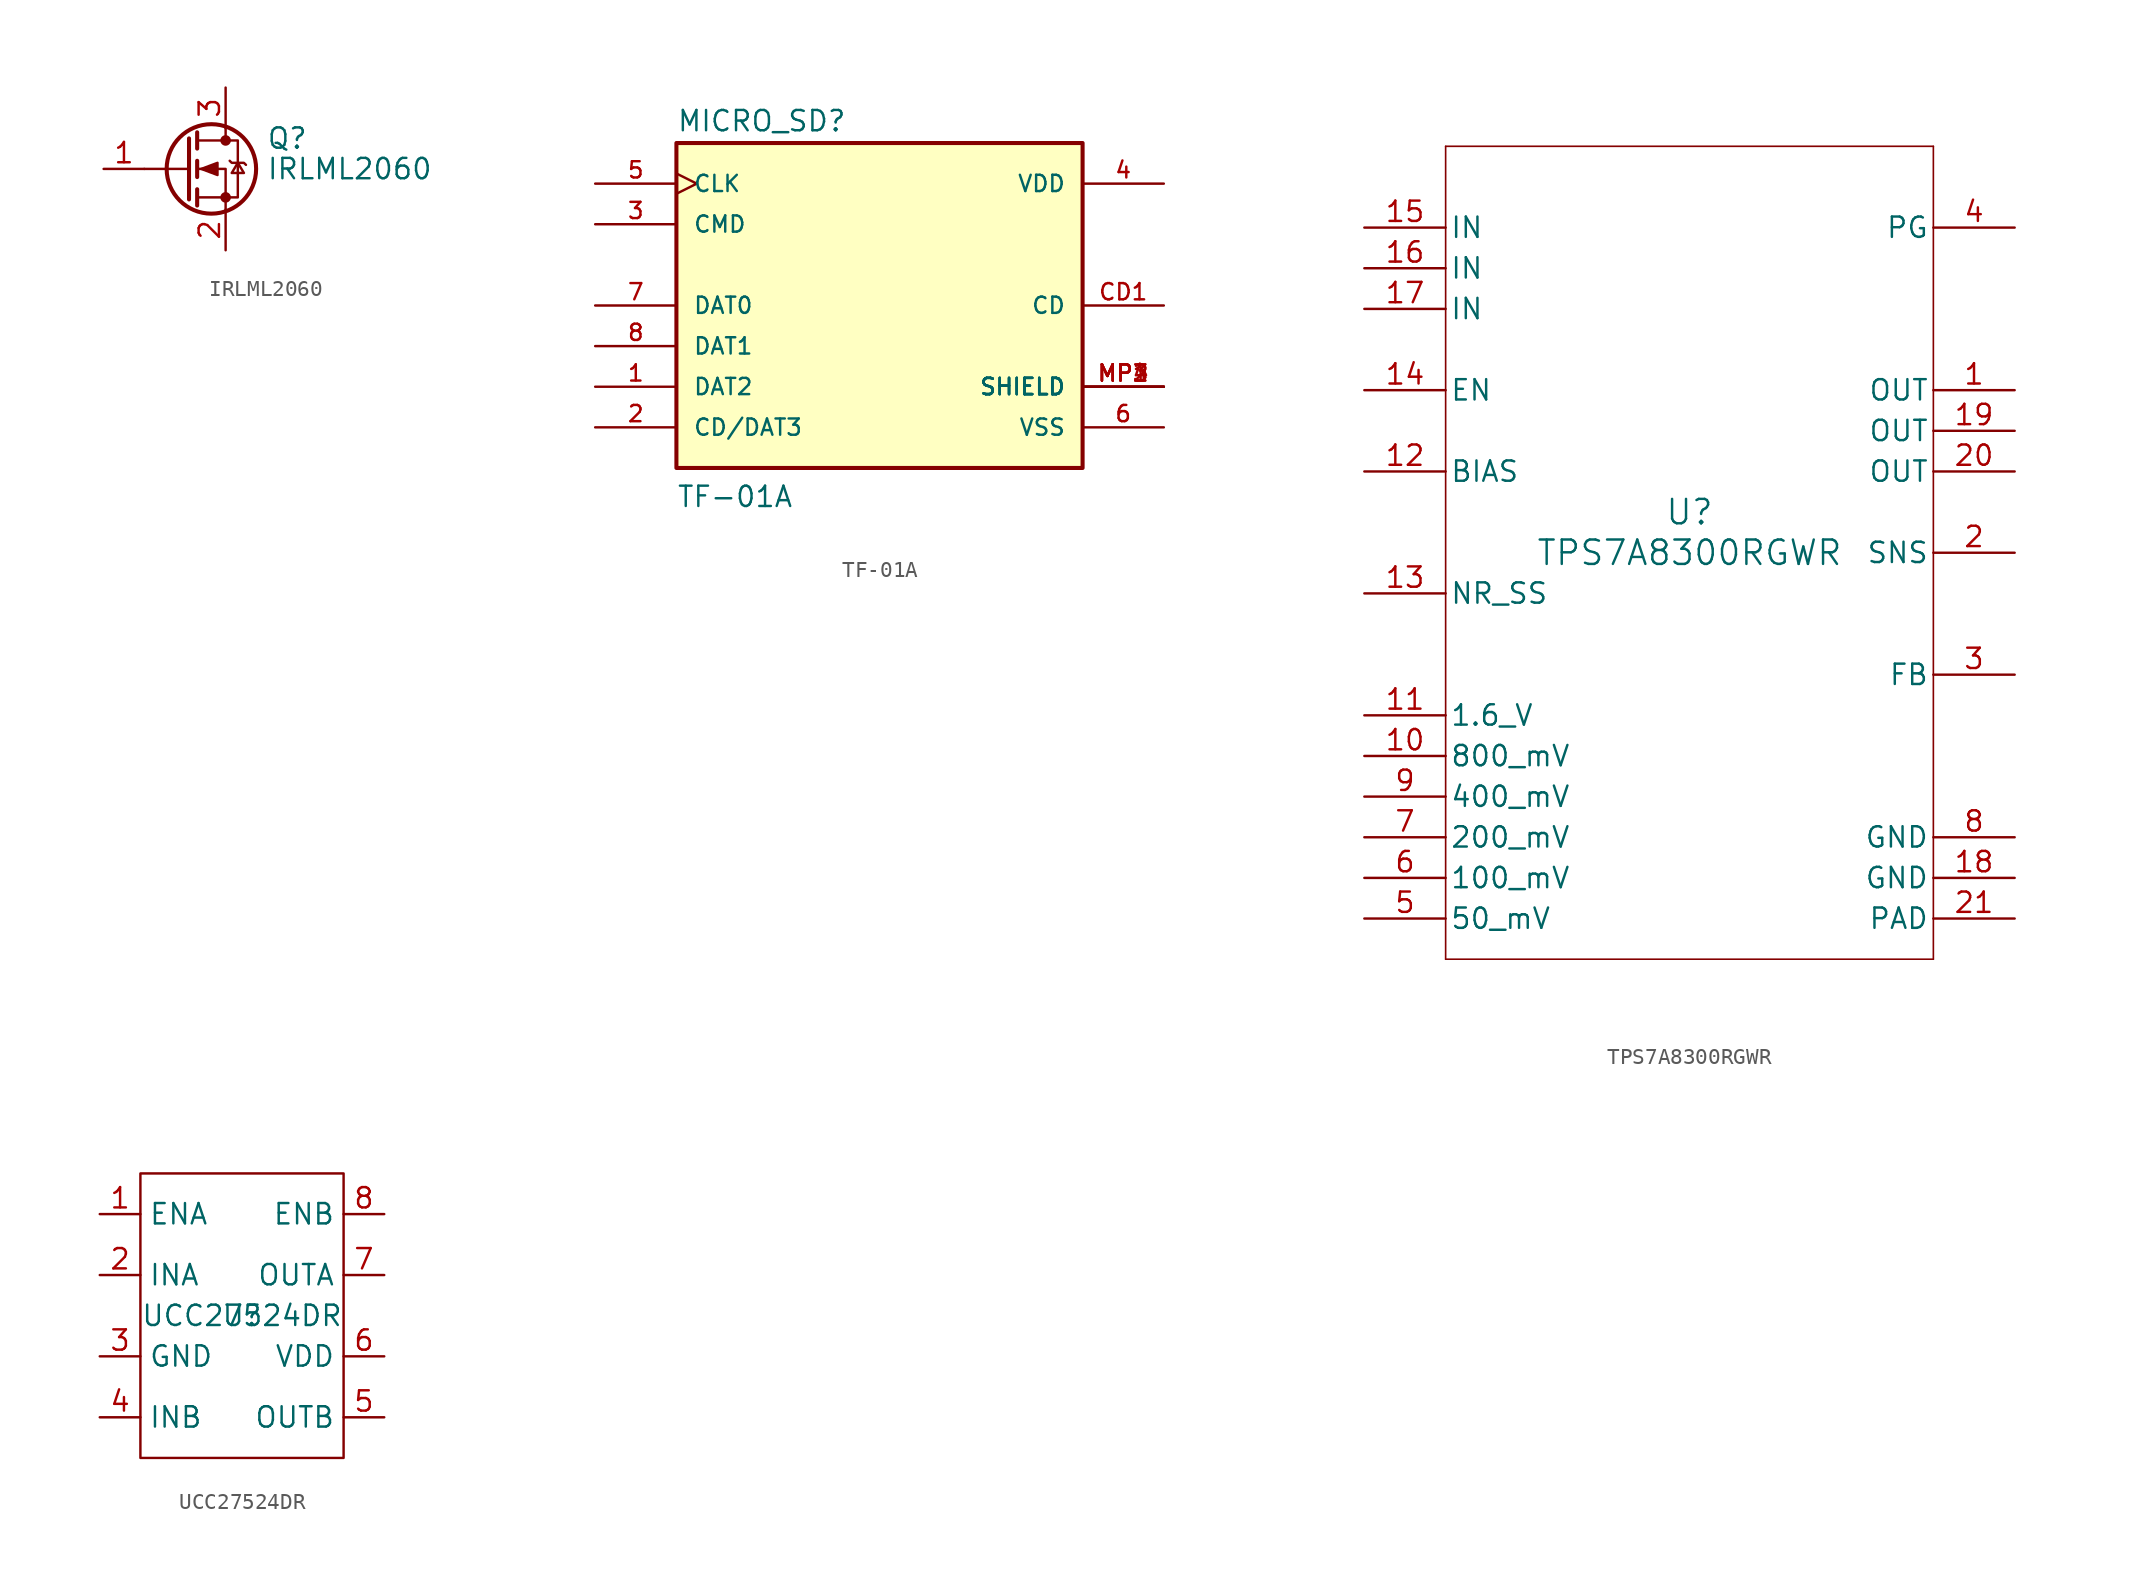
<source format=kicad_sym>
(kicad_symbol_lib
  (version 20231120)
  (generator "kicad_symbol_editor")
  (generator_version "8.0")
  (symbol "IRLML2060"
    (pin_names hide)
    (property "Reference" "Q"
      (at 5.08 1.905 0)
      (effects (font (size 1.27 1.27)) (justify left)))
    (property "Value" "IRLML2060"
      (at 5.08 0 0)
      (effects (font (size 1.27 1.27)) (justify left)))
    (symbol "IRLML2060_0_1"
      (polyline (pts (xy 0.254 0) (xy -2.54 0)) (stroke (width 0) (type default)) (fill (type none)))
      (polyline (pts (xy 0.254 1.905) (xy 0.254 -1.905)) (stroke (width 0.254) (type default)) (fill (type none)))
      (polyline (pts (xy 0.762 -1.27) (xy 0.762 -2.286)) (stroke (width 0.254) (type default)) (fill (type none)))
      (polyline (pts (xy 0.762 0.508) (xy 0.762 -0.508)) (stroke (width 0.254) (type default)) (fill (type none)))
      (polyline (pts (xy 0.762 2.286) (xy 0.762 1.27)) (stroke (width 0.254) (type default)) (fill (type none)))
      (polyline (pts (xy 2.54 2.54) (xy 2.54 1.778)) (stroke (width 0) (type default)) (fill (type none)))
      (polyline (pts (xy 2.54 -2.54) (xy 2.54 0) (xy 0.762 0)) (stroke (width 0) (type default)) (fill (type none)))
      (polyline (pts (xy 0.762 -1.778) (xy 3.302 -1.778) (xy 3.302 1.778) (xy 0.762 1.778)) (stroke (width 0) (type default)) (fill (type none)))
      (polyline (pts (xy 1.016 0) (xy 2.032 0.381) (xy 2.032 -0.381) (xy 1.016 0)) (stroke (width 0) (type default)) (fill (type outline)))
      (polyline (pts (xy 2.794 0.508) (xy 2.921 0.381) (xy 3.683 0.381) (xy 3.81 0.254)) (stroke (width 0) (type default)) (fill (type none)))
      (polyline (pts (xy 3.302 0.381) (xy 2.921 -0.254) (xy 3.683 -0.254) (xy 3.302 0.381)) (stroke (width 0) (type default)) (fill (type none)))
      (circle (center 1.651 0) (radius 2.794) (stroke (width 0.254) (type default)) (fill (type none)))
      (circle (center 2.54 -1.778) (radius 0.254) (stroke (width 0) (type default)) (fill (type outline)))
      (circle (center 2.54 1.778) (radius 0.254) (stroke (width 0) (type default)) (fill (type outline))))
    (symbol "IRLML2060_1_1"
      (pin input line (at -5.08 0 0) (length 2.54) (name "G" (effects (font (size 1.27 1.27)))) (number "1" (effects (font (size 1.27 1.27)))))
      (pin passive line (at 2.54 -5.08 90) (length 2.54) (name "S" (effects (font (size 1.27 1.27)))) (number "2" (effects (font (size 1.27 1.27)))))
      (pin passive line (at 2.54 5.08 270) (length 2.54) (name "D" (effects (font (size 1.27 1.27)))) (number "3" (effects (font (size 1.27 1.27)))))))
  (symbol "TF-01A"
    (pin_names
      (offset 1.016))
    (property "Reference" "MICRO_SD"
      (at -12.7 10.795 0)
      (effects (font (size 1.27 1.27)) (justify left bottom)))
    (property "Value" "TF-01A"
      (at -12.7 -12.7 0)
      (effects (font (size 1.27 1.27)) (justify left bottom)))
    (symbol "TF-01A_0_0"
      (rectangle (start -12.7 -10.16) (end 12.7 10.16) (stroke (width 0.254) (type default)) (fill (type background)))
      (pin bidirectional line (at -17.78 -5.08 0) (length 5.08) (name "DAT2" (effects (font (size 1.016 1.016)))) (number "1" (effects (font (size 1.016 1.016)))))
      (pin bidirectional line (at -17.78 -7.62 0) (length 5.08) (name "CD/DAT3" (effects (font (size 1.016 1.016)))) (number "2" (effects (font (size 1.016 1.016)))))
      (pin bidirectional line (at -17.78 5.08 0) (length 5.08) (name "CMD" (effects (font (size 1.016 1.016)))) (number "3" (effects (font (size 1.016 1.016)))))
      (pin power_in line (at 17.78 7.62 180) (length 5.08) (name "VDD" (effects (font (size 1.016 1.016)))) (number "4" (effects (font (size 1.016 1.016)))))
      (pin bidirectional clock (at -17.78 7.62 0) (length 5.08) (name "CLK" (effects (font (size 1.016 1.016)))) (number "5" (effects (font (size 1.016 1.016)))))
      (pin power_in line (at 17.78 -7.62 180) (length 5.08) (name "VSS" (effects (font (size 1.016 1.016)))) (number "6" (effects (font (size 1.016 1.016)))))
      (pin bidirectional line (at -17.78 0 0) (length 5.08) (name "DAT0" (effects (font (size 1.016 1.016)))) (number "7" (effects (font (size 1.016 1.016)))))
      (pin bidirectional line (at -17.78 -2.54 0) (length 5.08) (name "DAT1" (effects (font (size 1.016 1.016)))) (number "8" (effects (font (size 1.016 1.016)))))
      (pin passive line (at 17.78 0 180) (length 5.08) (name "CD" (effects (font (size 1.016 1.016)))) (number "CD1" (effects (font (size 1.016 1.016)))))
      (pin power_in line (at 17.78 -5.08 180) (length 5.08) (name "SHIELD" (effects (font (size 1.016 1.016)))) (number "MP1" (effects (font (size 1.016 1.016)))))
      (pin power_in line (at 17.78 -5.08 180) (length 5.08) (name "SHIELD" (effects (font (size 1.016 1.016)))) (number "MP2" (effects (font (size 1.016 1.016)))))
      (pin power_in line (at 17.78 -5.08 180) (length 5.08) (name "SHIELD" (effects (font (size 1.016 1.016)))) (number "MP3" (effects (font (size 1.016 1.016)))))
      (pin power_in line (at 17.78 -5.08 180) (length 5.08) (name "SHIELD" (effects (font (size 1.016 1.016)))) (number "MP4" (effects (font (size 1.016 1.016)))))))
  (symbol "TPS7A8300RGWR"
    (pin_names
      (offset 0.254))
    (property "Reference" "U"
      (at 0 2.54 0)
      (effects (font (size 1.524 1.524))))
    (property "Value" "TPS7A8300RGWR"
      (at 0 0 0)
      (effects (font (size 1.524 1.524))))
    (property "ki_locked" ""
      (at 0 0 0)
      (effects (font (size 1.27 1.27))))
    (symbol "TPS7A8300RGWR_0_1"
      (polyline (pts (xy -15.24 -25.4) (xy 15.24 -25.4)) (stroke (width 0.102) (type default)) (fill (type none)))
      (polyline (pts (xy -15.24 25.4) (xy -15.24 -25.4)) (stroke (width 0.102) (type default)) (fill (type none)))
      (polyline (pts (xy 15.24 -25.4) (xy 15.24 25.4)) (stroke (width 0.102) (type default)) (fill (type none)))
      (polyline (pts (xy 15.24 25.4) (xy -15.24 25.4)) (stroke (width 0.102) (type default)) (fill (type none)))
      (pin power_in line (at 20.32 10.16 180) (length 5.08) (name "OUT" (effects (font (size 1.27 1.27)))) (number "1" (effects (font (size 1.27 1.27)))))
      (pin input line (at -20.32 -12.7 0) (length 5.08) (name "800_mV" (effects (font (size 1.27 1.27)))) (number "10" (effects (font (size 1.27 1.27)))))
      (pin input line (at -20.32 -10.16 0) (length 5.08) (name "1.6_V" (effects (font (size 1.27 1.27)))) (number "11" (effects (font (size 1.27 1.27)))))
      (pin power_in line (at -20.32 5.08 0) (length 5.08) (name "BIAS" (effects (font (size 1.27 1.27)))) (number "12" (effects (font (size 1.27 1.27)))))
      (pin input line (at -20.32 -2.54 0) (length 5.08) (name "NR_SS" (effects (font (size 1.27 1.27)))) (number "13" (effects (font (size 1.27 1.27)))))
      (pin input line (at -20.32 10.16 0) (length 5.08) (name "EN" (effects (font (size 1.27 1.27)))) (number "14" (effects (font (size 1.27 1.27)))))
      (pin power_in line (at -20.32 20.32 0) (length 5.08) (name "IN" (effects (font (size 1.27 1.27)))) (number "15" (effects (font (size 1.27 1.27)))))
      (pin power_in line (at -20.32 17.78 0) (length 5.08) (name "IN" (effects (font (size 1.27 1.27)))) (number "16" (effects (font (size 1.27 1.27)))))
      (pin power_in line (at -20.32 15.24 0) (length 5.08) (name "IN" (effects (font (size 1.27 1.27)))) (number "17" (effects (font (size 1.27 1.27)))))
      (pin power_in line (at 20.32 -20.32 180) (length 5.08) (name "GND" (effects (font (size 1.27 1.27)))) (number "18" (effects (font (size 1.27 1.27)))))
      (pin power_in line (at 20.32 7.62 180) (length 5.08) (name "OUT" (effects (font (size 1.27 1.27)))) (number "19" (effects (font (size 1.27 1.27)))))
      (pin input line (at 20.32 0 180) (length 5.08) (name "SNS" (effects (font (size 1.27 1.27)))) (number "2" (effects (font (size 1.27 1.27)))))
      (pin power_in line (at 20.32 5.08 180) (length 5.08) (name "OUT" (effects (font (size 1.27 1.27)))) (number "20" (effects (font (size 1.27 1.27)))))
      (pin power_in line (at 20.32 -22.86 180) (length 5.08) (name "PAD" (effects (font (size 1.27 1.27)))) (number "21" (effects (font (size 1.27 1.27)))))
      (pin input line (at 20.32 -7.62 180) (length 5.08) (name "FB" (effects (font (size 1.27 1.27)))) (number "3" (effects (font (size 1.27 1.27)))))
      (pin output line (at 20.32 20.32 180) (length 5.08) (name "PG" (effects (font (size 1.27 1.27)))) (number "4" (effects (font (size 1.27 1.27)))))
      (pin input line (at -20.32 -22.86 0) (length 5.08) (name "50_mV" (effects (font (size 1.27 1.27)))) (number "5" (effects (font (size 1.27 1.27)))))
      (pin input line (at -20.32 -20.32 0) (length 5.08) (name "100_mV" (effects (font (size 1.27 1.27)))) (number "6" (effects (font (size 1.27 1.27)))))
      (pin input line (at -20.32 -17.78 0) (length 5.08) (name "200_mV" (effects (font (size 1.27 1.27)))) (number "7" (effects (font (size 1.27 1.27)))))
      (pin power_in line (at 20.32 -17.78 180) (length 5.08) (name "GND" (effects (font (size 1.27 1.27)))) (number "8" (effects (font (size 1.27 1.27)))))
      (pin input line (at -20.32 -15.24 0) (length 5.08) (name "400_mV" (effects (font (size 1.27 1.27)))) (number "9" (effects (font (size 1.27 1.27)))))))
  (symbol "UCC27524DR"
    (property "Reference" "U"
      (at 0 0 0)
      (effects (font (size 1.27 1.27))))
    (property "Value" "UCC27524DR"
      (at 0 0 0)
      (effects (font (size 1.27 1.27))))
    (symbol "UCC27524DR_0_1"
      (rectangle (start -6.35 8.89) (end 6.35 -8.89) (stroke (width 0) (type default)) (fill (type none))))
    (symbol "UCC27524DR_1_1"
      (pin unspecified line (at -8.89 6.35 0) (length 2.54) (name "ENA" (effects (font (size 1.27 1.27)))) (number "1" (effects (font (size 1.27 1.27)))))
      (pin unspecified line (at -8.89 2.54 0) (length 2.54) (name "INA" (effects (font (size 1.27 1.27)))) (number "2" (effects (font (size 1.27 1.27)))))
      (pin unspecified line (at -8.89 -2.54 0) (length 2.54) (name "GND" (effects (font (size 1.27 1.27)))) (number "3" (effects (font (size 1.27 1.27)))))
      (pin unspecified line (at -8.89 -6.35 0) (length 2.54) (name "INB" (effects (font (size 1.27 1.27)))) (number "4" (effects (font (size 1.27 1.27)))))
      (pin unspecified line (at 8.89 -6.35 180) (length 2.54) (name "OUTB" (effects (font (size 1.27 1.27)))) (number "5" (effects (font (size 1.27 1.27)))))
      (pin unspecified line (at 8.89 -2.54 180) (length 2.54) (name "VDD" (effects (font (size 1.27 1.27)))) (number "6" (effects (font (size 1.27 1.27)))))
      (pin unspecified line (at 8.89 2.54 180) (length 2.54) (name "OUTA" (effects (font (size 1.27 1.27)))) (number "7" (effects (font (size 1.27 1.27)))))
      (pin unspecified line (at 8.89 6.35 180) (length 2.54) (name "ENB" (effects (font (size 1.27 1.27)))) (number "8" (effects (font (size 1.27 1.27))))))))
</source>
